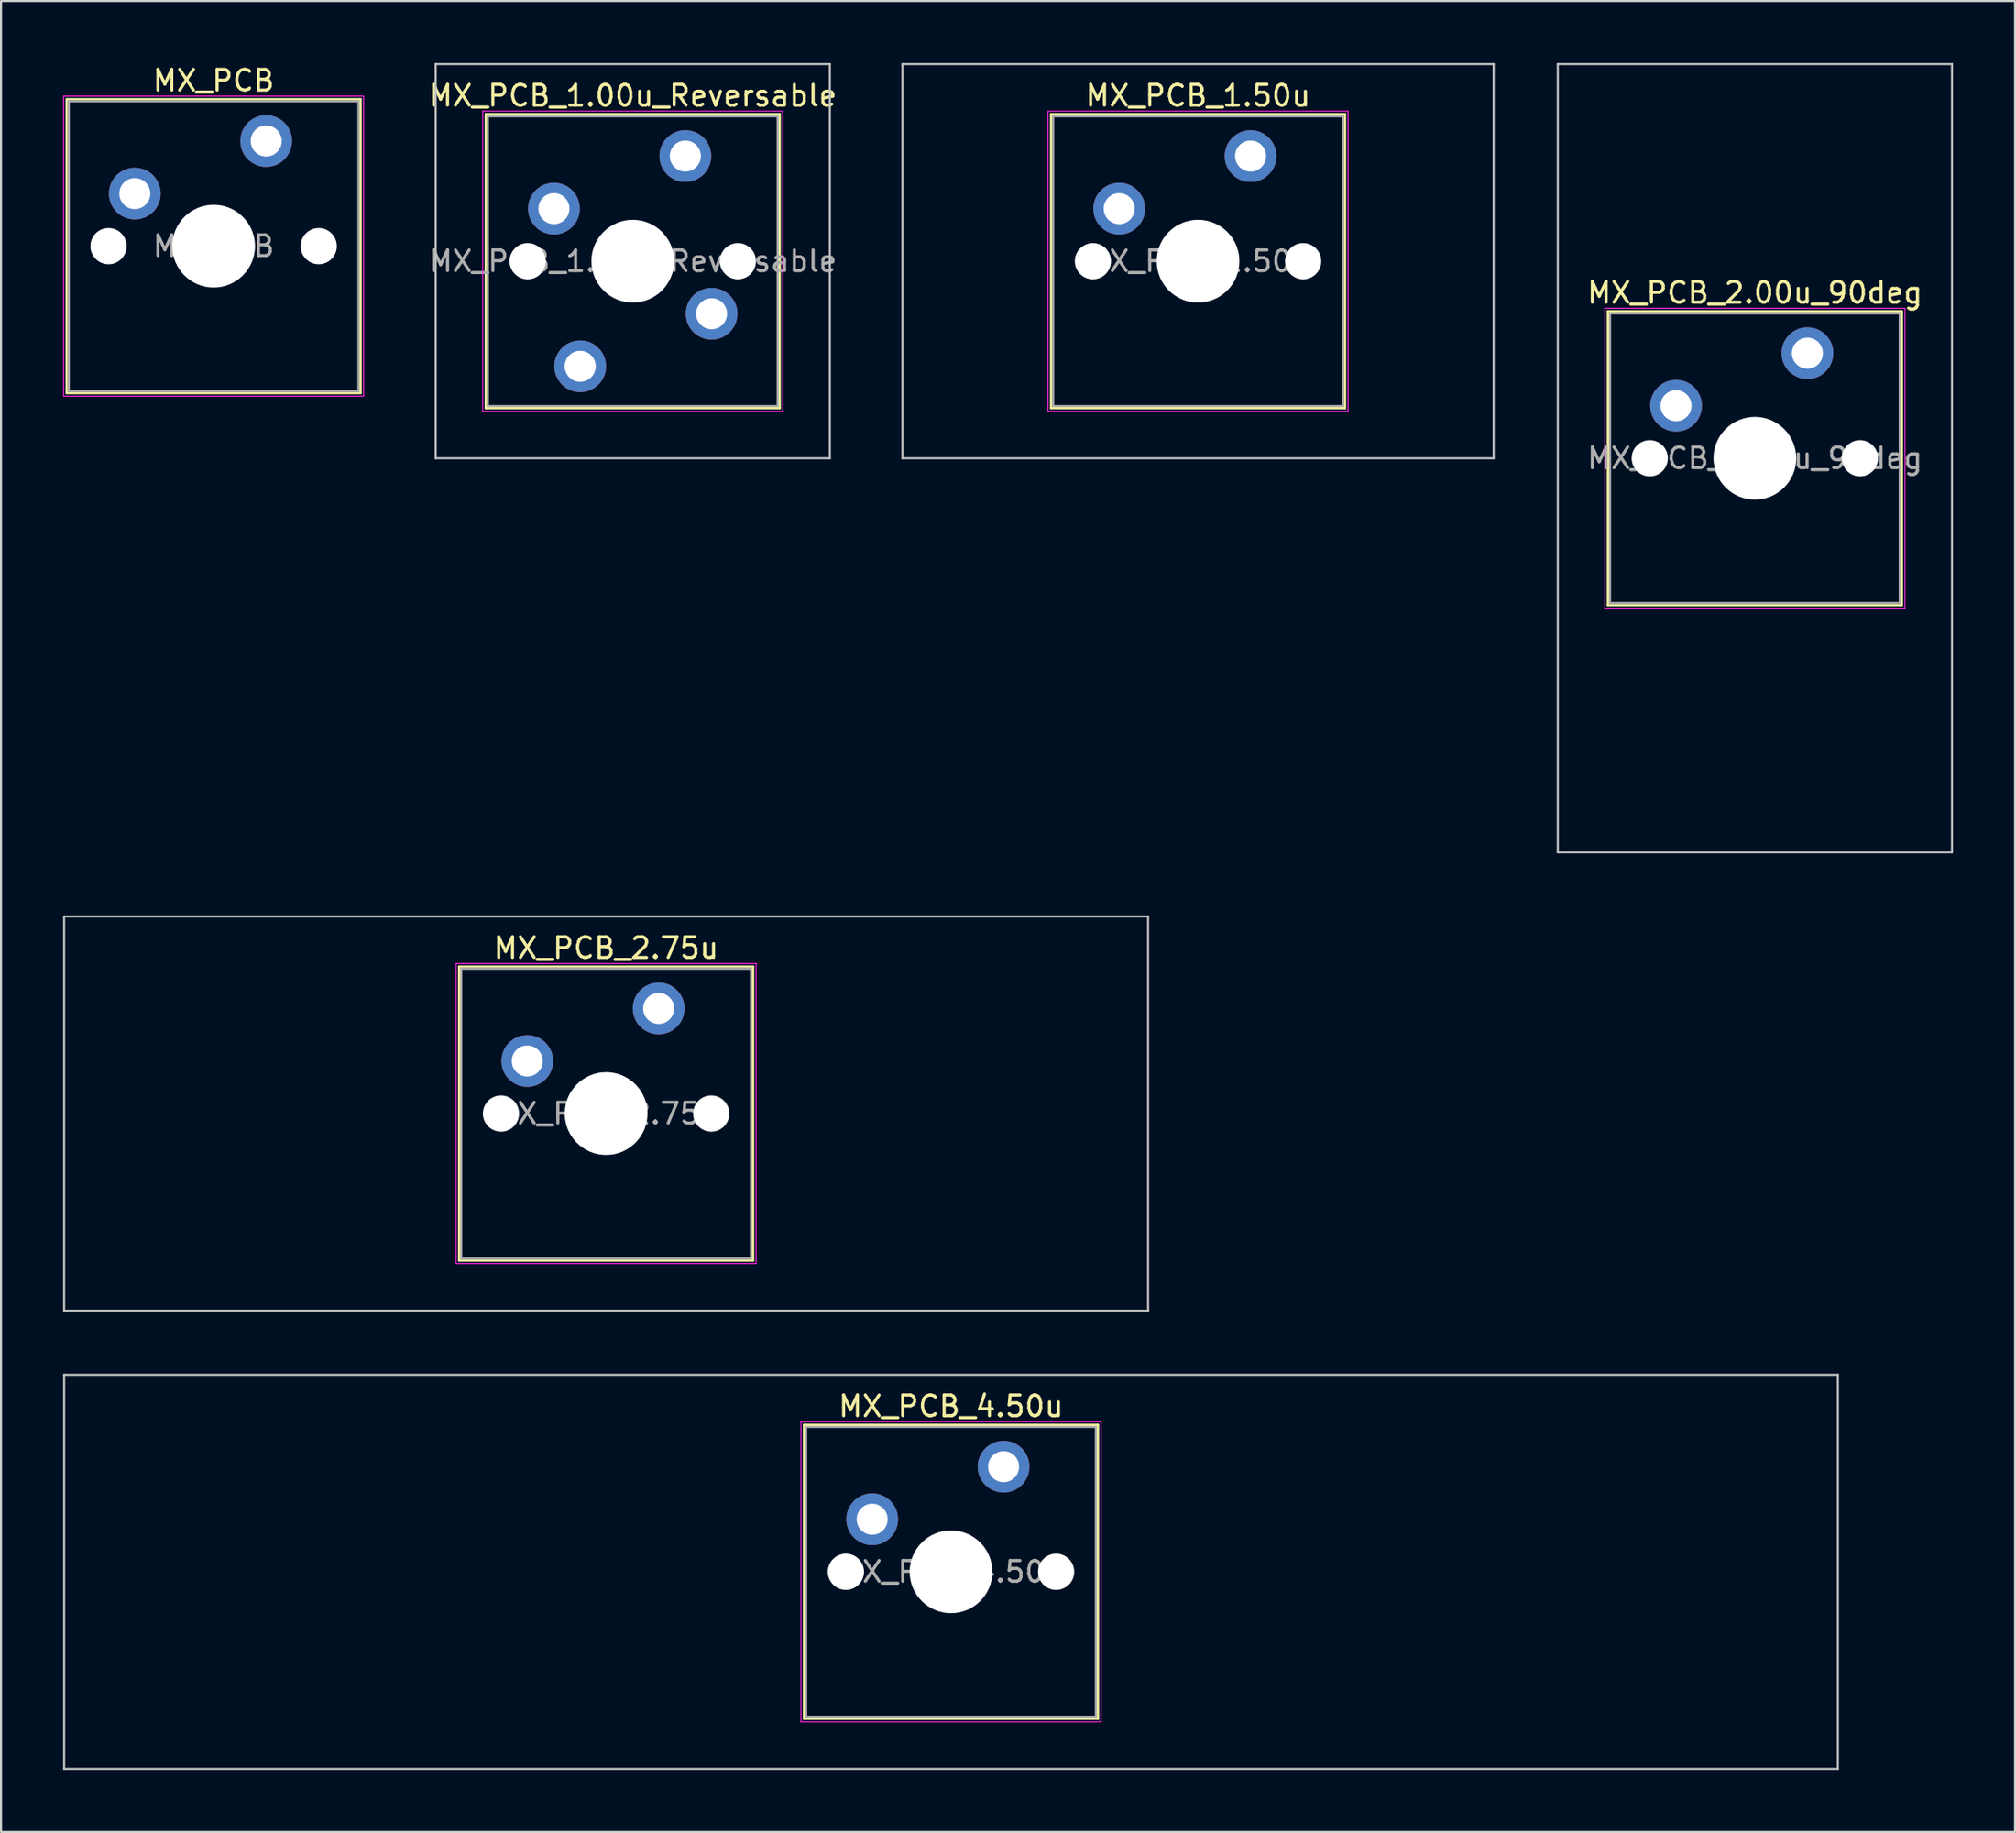
<source format=kicad_pcb>
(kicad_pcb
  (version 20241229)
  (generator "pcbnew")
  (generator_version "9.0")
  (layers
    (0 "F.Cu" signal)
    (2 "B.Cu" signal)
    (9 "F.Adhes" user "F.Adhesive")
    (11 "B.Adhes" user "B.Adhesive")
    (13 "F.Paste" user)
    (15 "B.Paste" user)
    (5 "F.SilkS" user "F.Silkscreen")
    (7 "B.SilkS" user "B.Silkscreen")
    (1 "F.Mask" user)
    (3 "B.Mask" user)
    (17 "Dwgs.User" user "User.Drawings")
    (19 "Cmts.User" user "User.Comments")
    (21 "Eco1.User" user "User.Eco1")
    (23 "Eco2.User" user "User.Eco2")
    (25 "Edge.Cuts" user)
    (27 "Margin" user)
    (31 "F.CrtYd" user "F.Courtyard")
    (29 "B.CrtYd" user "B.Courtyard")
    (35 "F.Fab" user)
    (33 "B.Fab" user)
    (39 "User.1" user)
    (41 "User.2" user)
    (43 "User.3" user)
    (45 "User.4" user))
  (footprint "MX_PCB_1.00u_Reversable"
    (layer "F.Cu")
    (at 27.532 9.575)
    (property "Reference" "MX_PCB_1.00u_Reversable" (at 0 -8 0) (layer "F.SilkS") (effects (font (size 1 1) (thickness 0.15))))
    (attr through_hole)
    (fp_line (start -7.1 -7.1) (end -7.1 7.1) (stroke (width 0.12) (type solid)) (layer "F.SilkS"))
    (fp_line (start -7.1 7.1) (end 7.1 7.1) (stroke (width 0.12) (type solid)) (layer "F.SilkS"))
    (fp_line (start 7.1 -7.1) (end -7.1 -7.1) (stroke (width 0.12) (type solid)) (layer "F.SilkS"))
    (fp_line (start 7.1 7.1) (end 7.1 -7.1) (stroke (width 0.12) (type solid)) (layer "F.SilkS"))
    (fp_line (start -9.525 -9.525) (end -9.525 9.525) (stroke (width 0.1) (type solid)) (layer "Dwgs.User"))
    (fp_line (start -9.525 9.525) (end 9.525 9.525) (stroke (width 0.1) (type solid)) (layer "Dwgs.User"))
    (fp_line (start 9.525 -9.525) (end -9.525 -9.525) (stroke (width 0.1) (type solid)) (layer "Dwgs.User"))
    (fp_line (start 9.525 9.525) (end 9.525 -9.525) (stroke (width 0.1) (type solid)) (layer "Dwgs.User"))
    (fp_line (start -7 -7) (end -7 7) (stroke (width 0.1) (type solid)) (layer "Eco1.User"))
    (fp_line (start -7 7) (end 7 7) (stroke (width 0.1) (type solid)) (layer "Eco1.User"))
    (fp_line (start 7 -7) (end -7 -7) (stroke (width 0.1) (type solid)) (layer "Eco1.User"))
    (fp_line (start 7 7) (end 7 -7) (stroke (width 0.1) (type solid)) (layer "Eco1.User"))
    (fp_line (start -7.25 -7.25) (end -7.25 7.25) (stroke (width 0.05) (type solid)) (layer "F.CrtYd"))
    (fp_line (start -7.25 7.25) (end 7.25 7.25) (stroke (width 0.05) (type solid)) (layer "F.CrtYd"))
    (fp_line (start 7.25 -7.25) (end -7.25 -7.25) (stroke (width 0.05) (type solid)) (layer "F.CrtYd"))
    (fp_line (start 7.25 7.25) (end 7.25 -7.25) (stroke (width 0.05) (type solid)) (layer "F.CrtYd"))
    (fp_line (start -7 -7) (end -7 7) (stroke (width 0.1) (type solid)) (layer "F.Fab"))
    (fp_line (start -7 7) (end 7 7) (stroke (width 0.1) (type solid)) (layer "F.Fab"))
    (fp_line (start 7 -7) (end -7 -7) (stroke (width 0.1) (type solid)) (layer "F.Fab"))
    (fp_line (start 7 7) (end 7 -7) (stroke (width 0.1) (type solid)) (layer "F.Fab"))
    (fp_text user "${REFERENCE}" (at 0 0 0) (layer "F.Fab") (effects (font (size 1 1) (thickness 0.15))))
    (pad "" np_thru_hole circle (at -5.08 0) (size 1.75 1.75) (drill 1.75) (layers "*.Cu" "*.Mask"))
    (pad "" np_thru_hole circle (at 0 0) (size 4 4) (drill 4) (layers "*.Cu" "*.Mask"))
    (pad "" np_thru_hole circle (at 5.08 0) (size 1.75 1.75) (drill 1.75) (layers "*.Cu" "*.Mask"))
    (pad "1" thru_hole circle (at -3.81 -2.54) (size 2.5 2.5) (drill 1.5) (layers "*.Cu" "*.Mask"))
    (pad "1" thru_hole circle (at 3.81 2.54 180) (size 2.5 2.5) (drill 1.5) (layers "*.Cu" "*.Mask"))
    (pad "2" thru_hole circle (at -2.54 5.08 180) (size 2.5 2.5) (drill 1.5) (layers "*.Cu" "*.Mask"))
    (pad "2" thru_hole circle (at 2.54 -5.08) (size 2.5 2.5) (drill 1.5) (layers "*.Cu" "*.Mask")))
  (footprint "MX_PCB"
    (layer "F.Cu")
    (at 7.275 8.848)
    (property "Reference" "MX_PCB" (at 0 -8 0) (layer "F.SilkS") (effects (font (size 1 1) (thickness 0.15))))
    (attr through_hole)
    (fp_line (start -7.1 -7.1) (end -7.1 7.1) (stroke (width 0.12) (type solid)) (layer "F.SilkS"))
    (fp_line (start -7.1 7.1) (end 7.1 7.1) (stroke (width 0.12) (type solid)) (layer "F.SilkS"))
    (fp_line (start 7.1 -7.1) (end -7.1 -7.1) (stroke (width 0.12) (type solid)) (layer "F.SilkS"))
    (fp_line (start 7.1 7.1) (end 7.1 -7.1) (stroke (width 0.12) (type solid)) (layer "F.SilkS"))
    (fp_line (start -7 -7) (end -7 7) (stroke (width 0.1) (type solid)) (layer "Eco1.User"))
    (fp_line (start -7 7) (end 7 7) (stroke (width 0.1) (type solid)) (layer "Eco1.User"))
    (fp_line (start 7 -7) (end -7 -7) (stroke (width 0.1) (type solid)) (layer "Eco1.User"))
    (fp_line (start 7 7) (end 7 -7) (stroke (width 0.1) (type solid)) (layer "Eco1.User"))
    (fp_line (start -7.25 -7.25) (end -7.25 7.25) (stroke (width 0.05) (type solid)) (layer "F.CrtYd"))
    (fp_line (start -7.25 7.25) (end 7.25 7.25) (stroke (width 0.05) (type solid)) (layer "F.CrtYd"))
    (fp_line (start 7.25 -7.25) (end -7.25 -7.25) (stroke (width 0.05) (type solid)) (layer "F.CrtYd"))
    (fp_line (start 7.25 7.25) (end 7.25 -7.25) (stroke (width 0.05) (type solid)) (layer "F.CrtYd"))
    (fp_line (start -7 -7) (end -7 7) (stroke (width 0.1) (type solid)) (layer "F.Fab"))
    (fp_line (start -7 7) (end 7 7) (stroke (width 0.1) (type solid)) (layer "F.Fab"))
    (fp_line (start 7 -7) (end -7 -7) (stroke (width 0.1) (type solid)) (layer "F.Fab"))
    (fp_line (start 7 7) (end 7 -7) (stroke (width 0.1) (type solid)) (layer "F.Fab"))
    (fp_text user "${REFERENCE}" (at 0 0 0) (layer "F.Fab") (effects (font (size 1 1) (thickness 0.15))))
    (pad "" np_thru_hole circle (at -5.08 0) (size 1.75 1.75) (drill 1.75) (layers "*.Cu" "*.Mask"))
    (pad "" np_thru_hole circle (at 0 0) (size 4 4) (drill 4) (layers "*.Cu" "*.Mask"))
    (pad "" np_thru_hole circle (at 5.08 0) (size 1.75 1.75) (drill 1.75) (layers "*.Cu" "*.Mask"))
    (pad "1" thru_hole circle (at -3.81 -2.54) (size 2.5 2.5) (drill 1.5) (layers "*.Cu" "*.Mask"))
    (pad "2" thru_hole circle (at 2.54 -5.08) (size 2.5 2.5) (drill 1.5) (layers "*.Cu" "*.Mask")))
  (footprint "MX_PCB_4.50u"
    (layer "F.Cu")
    (at 42.913 72.925)
    (property "Reference" "MX_PCB_4.50u" (at 0 -8 0) (layer "F.SilkS") (effects (font (size 1 1) (thickness 0.15))))
    (attr through_hole)
    (fp_line (start -7.1 -7.1) (end -7.1 7.1) (stroke (width 0.12) (type solid)) (layer "F.SilkS"))
    (fp_line (start -7.1 7.1) (end 7.1 7.1) (stroke (width 0.12) (type solid)) (layer "F.SilkS"))
    (fp_line (start 7.1 -7.1) (end -7.1 -7.1) (stroke (width 0.12) (type solid)) (layer "F.SilkS"))
    (fp_line (start 7.1 7.1) (end 7.1 -7.1) (stroke (width 0.12) (type solid)) (layer "F.SilkS"))
    (fp_line (start -42.862 -9.525) (end -42.862 9.525) (stroke (width 0.1) (type solid)) (layer "Dwgs.User"))
    (fp_line (start -42.862 9.525) (end 42.862 9.525) (stroke (width 0.1) (type solid)) (layer "Dwgs.User"))
    (fp_line (start 42.862 -9.525) (end -42.862 -9.525) (stroke (width 0.1) (type solid)) (layer "Dwgs.User"))
    (fp_line (start 42.862 9.525) (end 42.862 -9.525) (stroke (width 0.1) (type solid)) (layer "Dwgs.User"))
    (fp_line (start -7 -7) (end -7 7) (stroke (width 0.1) (type solid)) (layer "Eco1.User"))
    (fp_line (start -7 7) (end 7 7) (stroke (width 0.1) (type solid)) (layer "Eco1.User"))
    (fp_line (start 7 -7) (end -7 -7) (stroke (width 0.1) (type solid)) (layer "Eco1.User"))
    (fp_line (start 7 7) (end 7 -7) (stroke (width 0.1) (type solid)) (layer "Eco1.User"))
    (fp_line (start -7.25 -7.25) (end -7.25 7.25) (stroke (width 0.05) (type solid)) (layer "F.CrtYd"))
    (fp_line (start -7.25 7.25) (end 7.25 7.25) (stroke (width 0.05) (type solid)) (layer "F.CrtYd"))
    (fp_line (start 7.25 -7.25) (end -7.25 -7.25) (stroke (width 0.05) (type solid)) (layer "F.CrtYd"))
    (fp_line (start 7.25 7.25) (end 7.25 -7.25) (stroke (width 0.05) (type solid)) (layer "F.CrtYd"))
    (fp_line (start -7 -7) (end -7 7) (stroke (width 0.1) (type solid)) (layer "F.Fab"))
    (fp_line (start -7 7) (end 7 7) (stroke (width 0.1) (type solid)) (layer "F.Fab"))
    (fp_line (start 7 -7) (end -7 -7) (stroke (width 0.1) (type solid)) (layer "F.Fab"))
    (fp_line (start 7 7) (end 7 -7) (stroke (width 0.1) (type solid)) (layer "F.Fab"))
    (fp_text user "${REFERENCE}" (at 0 0 0) (layer "F.Fab") (effects (font (size 1 1) (thickness 0.15))))
    (pad "" np_thru_hole circle (at -5.08 0) (size 1.75 1.75) (drill 1.75) (layers "*.Cu" "*.Mask"))
    (pad "" np_thru_hole circle (at 0 0) (size 4 4) (drill 4) (layers "*.Cu" "*.Mask"))
    (pad "" np_thru_hole circle (at 5.08 0) (size 1.75 1.75) (drill 1.75) (layers "*.Cu" "*.Mask"))
    (pad "1" thru_hole circle (at -3.81 -2.54) (size 2.5 2.5) (drill 1.5) (layers "*.Cu" "*.Mask"))
    (pad "2" thru_hole circle (at 2.54 -5.08) (size 2.5 2.5) (drill 1.5) (layers "*.Cu" "*.Mask")))
  (footprint "MX_PCB_2.75u"
    (layer "F.Cu")
    (at 26.244 50.775)
    (property "Reference" "MX_PCB_2.75u" (at 0 -8 0) (layer "F.SilkS") (effects (font (size 1 1) (thickness 0.15))))
    (attr through_hole)
    (fp_line (start -7.1 -7.1) (end -7.1 7.1) (stroke (width 0.12) (type solid)) (layer "F.SilkS"))
    (fp_line (start -7.1 7.1) (end 7.1 7.1) (stroke (width 0.12) (type solid)) (layer "F.SilkS"))
    (fp_line (start 7.1 -7.1) (end -7.1 -7.1) (stroke (width 0.12) (type solid)) (layer "F.SilkS"))
    (fp_line (start 7.1 7.1) (end 7.1 -7.1) (stroke (width 0.12) (type solid)) (layer "F.SilkS"))
    (fp_line (start -26.194 -9.525) (end -26.194 9.525) (stroke (width 0.1) (type solid)) (layer "Dwgs.User"))
    (fp_line (start -26.194 9.525) (end 26.194 9.525) (stroke (width 0.1) (type solid)) (layer "Dwgs.User"))
    (fp_line (start 26.194 -9.525) (end -26.194 -9.525) (stroke (width 0.1) (type solid)) (layer "Dwgs.User"))
    (fp_line (start 26.194 9.525) (end 26.194 -9.525) (stroke (width 0.1) (type solid)) (layer "Dwgs.User"))
    (fp_line (start -7 -7) (end -7 7) (stroke (width 0.1) (type solid)) (layer "Eco1.User"))
    (fp_line (start -7 7) (end 7 7) (stroke (width 0.1) (type solid)) (layer "Eco1.User"))
    (fp_line (start 7 -7) (end -7 -7) (stroke (width 0.1) (type solid)) (layer "Eco1.User"))
    (fp_line (start 7 7) (end 7 -7) (stroke (width 0.1) (type solid)) (layer "Eco1.User"))
    (fp_line (start -7.25 -7.25) (end -7.25 7.25) (stroke (width 0.05) (type solid)) (layer "F.CrtYd"))
    (fp_line (start -7.25 7.25) (end 7.25 7.25) (stroke (width 0.05) (type solid)) (layer "F.CrtYd"))
    (fp_line (start 7.25 -7.25) (end -7.25 -7.25) (stroke (width 0.05) (type solid)) (layer "F.CrtYd"))
    (fp_line (start 7.25 7.25) (end 7.25 -7.25) (stroke (width 0.05) (type solid)) (layer "F.CrtYd"))
    (fp_line (start -7 -7) (end -7 7) (stroke (width 0.1) (type solid)) (layer "F.Fab"))
    (fp_line (start -7 7) (end 7 7) (stroke (width 0.1) (type solid)) (layer "F.Fab"))
    (fp_line (start 7 -7) (end -7 -7) (stroke (width 0.1) (type solid)) (layer "F.Fab"))
    (fp_line (start 7 7) (end 7 -7) (stroke (width 0.1) (type solid)) (layer "F.Fab"))
    (fp_text user "${REFERENCE}" (at 0 0 0) (layer "F.Fab") (effects (font (size 1 1) (thickness 0.15))))
    (pad "" np_thru_hole circle (at -5.08 0) (size 1.75 1.75) (drill 1.75) (layers "*.Cu" "*.Mask"))
    (pad "" np_thru_hole circle (at 0 0) (size 4 4) (drill 4) (layers "*.Cu" "*.Mask"))
    (pad "" np_thru_hole circle (at 5.08 0) (size 1.75 1.75) (drill 1.75) (layers "*.Cu" "*.Mask"))
    (pad "1" thru_hole circle (at -3.81 -2.54) (size 2.5 2.5) (drill 1.5) (layers "*.Cu" "*.Mask"))
    (pad "2" thru_hole circle (at 2.54 -5.08) (size 2.5 2.5) (drill 1.5) (layers "*.Cu" "*.Mask")))
  (footprint "MX_PCB_2.00u_90deg"
    (layer "F.Cu")
    (at 81.764 19.1)
    (property "Reference" "MX_PCB_2.00u_90deg" (at 0 -8 0) (layer "F.SilkS") (effects (font (size 1 1) (thickness 0.15))))
    (attr through_hole)
    (fp_line (start -7.1 -7.1) (end -7.1 7.1) (stroke (width 0.12) (type solid)) (layer "F.SilkS"))
    (fp_line (start -7.1 7.1) (end 7.1 7.1) (stroke (width 0.12) (type solid)) (layer "F.SilkS"))
    (fp_line (start 7.1 -7.1) (end -7.1 -7.1) (stroke (width 0.12) (type solid)) (layer "F.SilkS"))
    (fp_line (start 7.1 7.1) (end 7.1 -7.1) (stroke (width 0.12) (type solid)) (layer "F.SilkS"))
    (fp_line (start -9.525 -19.05) (end 9.525 -19.05) (stroke (width 0.1) (type solid)) (layer "Dwgs.User"))
    (fp_line (start -9.525 19.05) (end -9.525 -19.05) (stroke (width 0.1) (type solid)) (layer "Dwgs.User"))
    (fp_line (start 9.525 -19.05) (end 9.525 19.05) (stroke (width 0.1) (type solid)) (layer "Dwgs.User"))
    (fp_line (start 9.525 19.05) (end -9.525 19.05) (stroke (width 0.1) (type solid)) (layer "Dwgs.User"))
    (fp_line (start -7 -7) (end -7 7) (stroke (width 0.1) (type solid)) (layer "Eco1.User"))
    (fp_line (start -7 7) (end 7 7) (stroke (width 0.1) (type solid)) (layer "Eco1.User"))
    (fp_line (start 7 -7) (end -7 -7) (stroke (width 0.1) (type solid)) (layer "Eco1.User"))
    (fp_line (start 7 7) (end 7 -7) (stroke (width 0.1) (type solid)) (layer "Eco1.User"))
    (fp_line (start -7.25 -7.25) (end -7.25 7.25) (stroke (width 0.05) (type solid)) (layer "F.CrtYd"))
    (fp_line (start -7.25 7.25) (end 7.25 7.25) (stroke (width 0.05) (type solid)) (layer "F.CrtYd"))
    (fp_line (start 7.25 -7.25) (end -7.25 -7.25) (stroke (width 0.05) (type solid)) (layer "F.CrtYd"))
    (fp_line (start 7.25 7.25) (end 7.25 -7.25) (stroke (width 0.05) (type solid)) (layer "F.CrtYd"))
    (fp_line (start -7 -7) (end -7 7) (stroke (width 0.1) (type solid)) (layer "F.Fab"))
    (fp_line (start -7 7) (end 7 7) (stroke (width 0.1) (type solid)) (layer "F.Fab"))
    (fp_line (start 7 -7) (end -7 -7) (stroke (width 0.1) (type solid)) (layer "F.Fab"))
    (fp_line (start 7 7) (end 7 -7) (stroke (width 0.1) (type solid)) (layer "F.Fab"))
    (fp_text user "${REFERENCE}" (at 0 0 0) (layer "F.Fab") (effects (font (size 1 1) (thickness 0.15))))
    (pad "" np_thru_hole circle (at -5.08 0) (size 1.75 1.75) (drill 1.75) (layers "*.Cu" "*.Mask"))
    (pad "" np_thru_hole circle (at 0 0) (size 4 4) (drill 4) (layers "*.Cu" "*.Mask"))
    (pad "" np_thru_hole circle (at 5.08 0) (size 1.75 1.75) (drill 1.75) (layers "*.Cu" "*.Mask"))
    (pad "1" thru_hole circle (at -3.81 -2.54) (size 2.5 2.5) (drill 1.5) (layers "*.Cu" "*.Mask"))
    (pad "2" thru_hole circle (at 2.54 -5.08) (size 2.5 2.5) (drill 1.5) (layers "*.Cu" "*.Mask")))
  (footprint "MX_PCB_1.50u"
    (layer "F.Cu")
    (at 54.852 9.575)
    (property "Reference" "MX_PCB_1.50u" (at 0 -8 0) (layer "F.SilkS") (effects (font (size 1 1) (thickness 0.15))))
    (attr through_hole)
    (fp_line (start -7.1 -7.1) (end -7.1 7.1) (stroke (width 0.12) (type solid)) (layer "F.SilkS"))
    (fp_line (start -7.1 7.1) (end 7.1 7.1) (stroke (width 0.12) (type solid)) (layer "F.SilkS"))
    (fp_line (start 7.1 -7.1) (end -7.1 -7.1) (stroke (width 0.12) (type solid)) (layer "F.SilkS"))
    (fp_line (start 7.1 7.1) (end 7.1 -7.1) (stroke (width 0.12) (type solid)) (layer "F.SilkS"))
    (fp_line (start -14.287 -9.525) (end -14.287 9.525) (stroke (width 0.1) (type solid)) (layer "Dwgs.User"))
    (fp_line (start -14.287 9.525) (end 14.287 9.525) (stroke (width 0.1) (type solid)) (layer "Dwgs.User"))
    (fp_line (start 14.287 -9.525) (end -14.287 -9.525) (stroke (width 0.1) (type solid)) (layer "Dwgs.User"))
    (fp_line (start 14.287 9.525) (end 14.287 -9.525) (stroke (width 0.1) (type solid)) (layer "Dwgs.User"))
    (fp_line (start -7 -7) (end -7 7) (stroke (width 0.1) (type solid)) (layer "Eco1.User"))
    (fp_line (start -7 7) (end 7 7) (stroke (width 0.1) (type solid)) (layer "Eco1.User"))
    (fp_line (start 7 -7) (end -7 -7) (stroke (width 0.1) (type solid)) (layer "Eco1.User"))
    (fp_line (start 7 7) (end 7 -7) (stroke (width 0.1) (type solid)) (layer "Eco1.User"))
    (fp_line (start -7.25 -7.25) (end -7.25 7.25) (stroke (width 0.05) (type solid)) (layer "F.CrtYd"))
    (fp_line (start -7.25 7.25) (end 7.25 7.25) (stroke (width 0.05) (type solid)) (layer "F.CrtYd"))
    (fp_line (start 7.25 -7.25) (end -7.25 -7.25) (stroke (width 0.05) (type solid)) (layer "F.CrtYd"))
    (fp_line (start 7.25 7.25) (end 7.25 -7.25) (stroke (width 0.05) (type solid)) (layer "F.CrtYd"))
    (fp_line (start -7 -7) (end -7 7) (stroke (width 0.1) (type solid)) (layer "F.Fab"))
    (fp_line (start -7 7) (end 7 7) (stroke (width 0.1) (type solid)) (layer "F.Fab"))
    (fp_line (start 7 -7) (end -7 -7) (stroke (width 0.1) (type solid)) (layer "F.Fab"))
    (fp_line (start 7 7) (end 7 -7) (stroke (width 0.1) (type solid)) (layer "F.Fab"))
    (fp_text user "${REFERENCE}" (at 0 0 0) (layer "F.Fab") (effects (font (size 1 1) (thickness 0.15))))
    (pad "" np_thru_hole circle (at -5.08 0) (size 1.75 1.75) (drill 1.75) (layers "*.Cu" "*.Mask"))
    (pad "" np_thru_hole circle (at 0 0) (size 4 4) (drill 4) (layers "*.Cu" "*.Mask"))
    (pad "" np_thru_hole circle (at 5.08 0) (size 1.75 1.75) (drill 1.75) (layers "*.Cu" "*.Mask"))
    (pad "1" thru_hole circle (at -3.81 -2.54) (size 2.5 2.5) (drill 1.5) (layers "*.Cu" "*.Mask"))
    (pad "2" thru_hole circle (at 2.54 -5.08) (size 2.5 2.5) (drill 1.5) (layers "*.Cu" "*.Mask")))
  (gr_rect
    (start -3 -3)
    (end 94.339 85.5)
    (stroke (width 0.1) (type default))
    (fill no)
    (layer "Edge.Cuts")))
</source>
